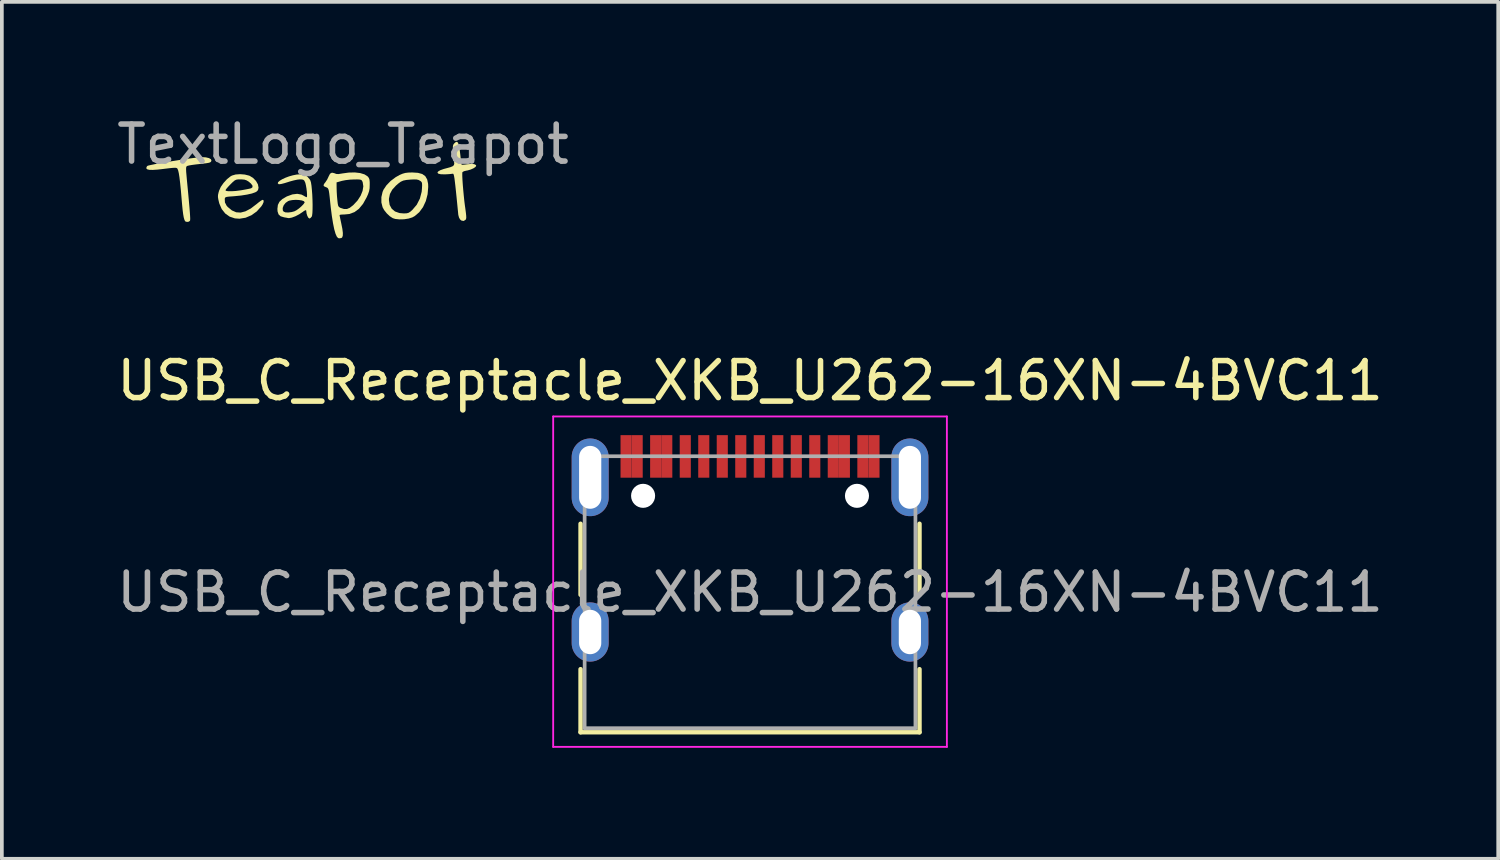
<source format=kicad_pcb>
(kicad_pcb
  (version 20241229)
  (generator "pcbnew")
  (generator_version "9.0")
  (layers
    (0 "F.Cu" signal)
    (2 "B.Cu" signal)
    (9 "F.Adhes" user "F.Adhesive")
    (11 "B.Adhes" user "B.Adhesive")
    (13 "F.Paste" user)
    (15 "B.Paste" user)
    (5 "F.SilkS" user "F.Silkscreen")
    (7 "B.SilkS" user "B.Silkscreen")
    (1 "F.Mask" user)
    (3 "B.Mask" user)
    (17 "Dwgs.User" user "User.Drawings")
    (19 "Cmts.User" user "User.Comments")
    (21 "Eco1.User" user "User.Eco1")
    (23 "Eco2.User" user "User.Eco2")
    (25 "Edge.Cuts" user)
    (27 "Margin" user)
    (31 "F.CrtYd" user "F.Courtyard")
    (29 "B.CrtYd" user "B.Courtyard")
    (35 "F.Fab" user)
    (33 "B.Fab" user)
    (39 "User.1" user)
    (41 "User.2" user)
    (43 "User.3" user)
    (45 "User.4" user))
  (footprint "TextLogo_Teapot"
    (layer "F.Cu")
    (at 6.22 1.348)
    (property "Reference" "TextLogo_Teapot" (at 0 -0.5 0) (unlocked yes) (layer "F.Fab") (effects (font (size 1 1) (thickness 0.15))))
    (attr smd)
    (fp_poly (pts (xy 2.026 0.273) (xy 2.142 0.305) (xy 2.224 0.364) (xy 2.275 0.452) (xy 2.3 0.572) (xy 2.303 0.655) (xy 2.286 0.853) (xy 2.238 1.036) (xy 2.162 1.2) (xy 2.061 1.337) (xy 1.939 1.441) (xy 1.874 1.477) (xy 1.773 1.509) (xy 1.651 1.528) (xy 1.525 1.531) (xy 1.412 1.519) (xy 1.345 1.498) (xy 1.266 1.447) (xy 1.183 1.369) (xy 1.112 1.28) (xy 1.07 1.204) (xy 1.037 1.074) (xy 1.037 1.009) (xy 1.241 1.009) (xy 1.26 1.139) (xy 1.316 1.242) (xy 1.405 1.317) (xy 1.526 1.36) (xy 1.638 1.37) (xy 1.716 1.367) (xy 1.77 1.354) (xy 1.82 1.323) (xy 1.874 1.275) (xy 1.993 1.135) (xy 2.078 0.968) (xy 2.126 0.783) (xy 2.133 0.706) (xy 2.138 0.616) (xy 2.136 0.56) (xy 2.126 0.526) (xy 2.104 0.502) (xy 2.08 0.486) (xy 2.038 0.464) (xy 1.989 0.453) (xy 1.918 0.451) (xy 1.828 0.455) (xy 1.714 0.465) (xy 1.63 0.482) (xy 1.561 0.513) (xy 1.492 0.564) (xy 1.431 0.618) (xy 1.329 0.73) (xy 1.268 0.844) (xy 1.242 0.969) (xy 1.241 1.009) (xy 1.037 1.009) (xy 1.037 0.93) (xy 1.069 0.789) (xy 1.093 0.731) (xy 1.174 0.61) (xy 1.288 0.492) (xy 1.424 0.39) (xy 1.531 0.33) (xy 1.611 0.296) (xy 1.683 0.276) (xy 1.763 0.266) (xy 1.872 0.263) (xy 1.872 0.263)) (stroke (width 0) (type solid)) (fill yes) (layer "F.SilkS"))
    (fp_poly (pts (xy -3.705 -0.145) (xy -3.621 -0.125) (xy -3.569 -0.094) (xy -3.556 -0.054) (xy -3.559 -0.046) (xy -3.571 -0.025) (xy -3.593 -0.009) (xy -3.633 0.003) (xy -3.699 0.014) (xy -3.799 0.026) (xy -3.878 0.035) (xy -3.984 0.047) (xy -4.081 0.06) (xy -4.153 0.072) (xy -4.177 0.078) (xy -4.202 0.084) (xy -4.22 0.092) (xy -4.233 0.107) (xy -4.24 0.135) (xy -4.241 0.181) (xy -4.238 0.251) (xy -4.229 0.352) (xy -4.217 0.488) (xy -4.204 0.622) (xy -4.181 0.862) (xy -4.163 1.059) (xy -4.149 1.218) (xy -4.139 1.342) (xy -4.133 1.435) (xy -4.13 1.501) (xy -4.131 1.543) (xy -4.134 1.565) (xy -4.135 1.566) (xy -4.165 1.592) (xy -4.215 1.6) (xy -4.259 1.587) (xy -4.27 1.576) (xy -4.288 1.536) (xy -4.305 1.475) (xy -4.32 1.389) (xy -4.335 1.271) (xy -4.35 1.117) (xy -4.362 0.979) (xy -4.382 0.741) (xy -4.402 0.547) (xy -4.42 0.395) (xy -4.438 0.281) (xy -4.456 0.205) (xy -4.474 0.162) (xy -4.474 0.161) (xy -4.488 0.147) (xy -4.51 0.138) (xy -4.546 0.136) (xy -4.605 0.139) (xy -4.693 0.148) (xy -4.818 0.163) (xy -4.848 0.167) (xy -5.015 0.186) (xy -5.142 0.194) (xy -5.231 0.192) (xy -5.286 0.18) (xy -5.313 0.157) (xy -5.316 0.14) (xy -5.3 0.1) (xy -5.287 0.086) (xy -5.256 0.075) (xy -5.185 0.059) (xy -5.083 0.038) (xy -4.955 0.014) (xy -4.809 -0.011) (xy -4.652 -0.037) (xy -4.49 -0.063) (xy -4.33 -0.088) (xy -4.179 -0.11) (xy -4.044 -0.128) (xy -3.931 -0.142) (xy -3.848 -0.15) (xy -3.816 -0.151)) (stroke (width 0) (type solid)) (fill yes) (layer "F.SilkS"))
    (fp_poly (pts (xy 3.106 -0.543) (xy 3.129 -0.484) (xy 3.148 -0.386) (xy 3.166 -0.247) (xy 3.171 -0.208) (xy 3.182 -0.106) (xy 3.193 -0.021) (xy 3.201 0.035) (xy 3.206 0.053) (xy 3.232 0.055) (xy 3.29 0.05) (xy 3.35 0.042) (xy 3.463 0.032) (xy 3.545 0.038) (xy 3.591 0.061) (xy 3.599 0.083) (xy 3.579 0.115) (xy 3.525 0.151) (xy 3.45 0.184) (xy 3.367 0.208) (xy 3.332 0.214) (xy 3.27 0.229) (xy 3.231 0.251) (xy 3.226 0.259) (xy 3.223 0.297) (xy 3.224 0.372) (xy 3.229 0.477) (xy 3.238 0.604) (xy 3.25 0.745) (xy 3.264 0.892) (xy 3.279 1.036) (xy 3.296 1.17) (xy 3.304 1.224) (xy 3.32 1.346) (xy 3.329 1.43) (xy 3.331 1.485) (xy 3.325 1.52) (xy 3.314 1.54) (xy 3.262 1.574) (xy 3.203 1.564) (xy 3.164 1.533) (xy 3.135 1.481) (xy 3.116 1.41) (xy 3.115 1.401) (xy 3.09 1.146) (xy 3.069 0.934) (xy 3.051 0.76) (xy 3.036 0.62) (xy 3.023 0.511) (xy 3.013 0.429) (xy 3.003 0.371) (xy 2.994 0.332) (xy 2.986 0.309) (xy 2.976 0.298) (xy 2.966 0.296) (xy 2.956 0.298) (xy 2.909 0.304) (xy 2.834 0.31) (xy 2.753 0.314) (xy 2.643 0.311) (xy 2.577 0.296) (xy 2.552 0.271) (xy 2.568 0.239) (xy 2.625 0.204) (xy 2.721 0.169) (xy 2.796 0.149) (xy 2.899 0.121) (xy 2.965 0.094) (xy 2.998 0.063) (xy 3.007 0.021) (xy 3.003 -0.011) (xy 2.997 -0.06) (xy 2.988 -0.141) (xy 2.979 -0.237) (xy 2.976 -0.27) (xy 2.97 -0.37) (xy 2.969 -0.436) (xy 2.977 -0.478) (xy 2.993 -0.507) (xy 3.001 -0.517) (xy 3.044 -0.556) (xy 3.079 -0.566)) (stroke (width 0) (type solid)) (fill yes) (layer "F.SilkS"))
    (fp_poly (pts (xy -2.655 0.319) (xy -2.542 0.347) (xy -2.519 0.356) (xy -2.427 0.414) (xy -2.351 0.494) (xy -2.3 0.584) (xy -2.283 0.672) (xy -2.284 0.679) (xy -2.297 0.739) (xy -2.332 0.777) (xy -2.371 0.799) (xy -2.464 0.832) (xy -2.594 0.861) (xy -2.753 0.886) (xy -2.933 0.904) (xy -2.981 0.908) (xy -3.079 0.915) (xy -3.141 0.923) (xy -3.175 0.934) (xy -3.19 0.952) (xy -3.196 0.975) (xy -3.191 1.073) (xy -3.145 1.162) (xy -3.114 1.197) (xy -3.002 1.289) (xy -2.887 1.339) (xy -2.766 1.347) (xy -2.636 1.313) (xy -2.494 1.238) (xy -2.338 1.119) (xy -2.338 1.119) (xy -2.269 1.063) (xy -2.211 1.022) (xy -2.175 1.003) (xy -2.171 1.002) (xy -2.145 1.018) (xy -2.146 1.063) (xy -2.174 1.127) (xy -2.207 1.178) (xy -2.331 1.316) (xy -2.475 1.419) (xy -2.632 1.486) (xy -2.797 1.513) (xy -2.921 1.504) (xy -3.063 1.457) (xy -3.183 1.372) (xy -3.278 1.252) (xy -3.342 1.104) (xy -3.348 1.082) (xy -3.37 0.991) (xy -3.38 0.926) (xy -3.378 0.87) (xy -3.363 0.803) (xy -3.348 0.754) (xy -3.344 0.745) (xy -3.176 0.745) (xy -3.155 0.762) (xy -3.096 0.77) (xy -3.008 0.77) (xy -2.898 0.763) (xy -2.774 0.747) (xy -2.719 0.738) (xy -2.625 0.721) (xy -2.544 0.705) (xy -2.491 0.693) (xy -2.483 0.69) (xy -2.446 0.662) (xy -2.447 0.618) (xy -2.487 0.564) (xy -2.537 0.521) (xy -2.602 0.478) (xy -2.663 0.457) (xy -2.741 0.45) (xy -2.77 0.45) (xy -2.839 0.451) (xy -2.887 0.459) (xy -2.929 0.48) (xy -2.978 0.521) (xy -3.042 0.584) (xy -3.104 0.649) (xy -3.151 0.704) (xy -3.175 0.74) (xy -3.176 0.745) (xy -3.344 0.745) (xy -3.303 0.653) (xy -3.228 0.546) (xy -3.138 0.447) (xy -3.044 0.371) (xy -3 0.346) (xy -2.903 0.318) (xy -2.782 0.309)) (stroke (width 0) (type solid)) (fill yes) (layer "F.SilkS"))
    (fp_poly (pts (xy 0.463 0.279) (xy 0.582 0.315) (xy 0.665 0.369) (xy 0.671 0.375) (xy 0.699 0.412) (xy 0.715 0.456) (xy 0.722 0.522) (xy 0.722 0.595) (xy 0.719 0.69) (xy 0.705 0.769) (xy 0.677 0.85) (xy 0.639 0.935) (xy 0.541 1.111) (xy 0.432 1.243) (xy 0.31 1.334) (xy 0.173 1.385) (xy 0.044 1.398) (xy -0.029 1.4) (xy -0.078 1.406) (xy -0.093 1.414) (xy -0.089 1.442) (xy -0.076 1.504) (xy -0.058 1.589) (xy -0.048 1.636) (xy -0.018 1.785) (xy -0.004 1.896) (xy -0.006 1.972) (xy -0.023 2.018) (xy -0.042 2.034) (xy -0.095 2.043) (xy -0.13 2.037) (xy -0.166 2) (xy -0.202 1.92) (xy -0.237 1.798) (xy -0.27 1.636) (xy -0.302 1.436) (xy -0.332 1.201) (xy -0.346 1.071) (xy -0.36 0.93) (xy -0.372 0.828) (xy -0.383 0.759) (xy -0.396 0.714) (xy -0.412 0.687) (xy -0.433 0.671) (xy -0.462 0.66) (xy -0.462 0.66) (xy -0.513 0.636) (xy -0.527 0.607) (xy -0.505 0.563) (xy -0.479 0.531) (xy -0.174 0.531) (xy -0.173 0.68) (xy -0.17 0.782) (xy -0.163 0.902) (xy -0.153 1.01) (xy -0.143 1.1) (xy -0.132 1.157) (xy -0.115 1.189) (xy -0.088 1.21) (xy -0.063 1.222) (xy 0.028 1.251) (xy 0.106 1.251) (xy 0.183 1.218) (xy 0.271 1.15) (xy 0.283 1.139) (xy 0.394 1.019) (xy 0.477 0.89) (xy 0.529 0.76) (xy 0.549 0.637) (xy 0.532 0.527) (xy 0.524 0.508) (xy 0.509 0.48) (xy 0.487 0.463) (xy 0.45 0.454) (xy 0.385 0.451) (xy 0.3 0.452) (xy 0.185 0.457) (xy 0.067 0.471) (xy -0.029 0.49) (xy -0.036 0.492) (xy -0.174 0.531) (xy -0.479 0.531) (xy -0.473 0.523) (xy -0.427 0.453) (xy -0.39 0.374) (xy -0.387 0.367) (xy -0.35 0.296) (xy -0.299 0.268) (xy -0.232 0.283) (xy -0.218 0.29) (xy -0.176 0.304) (xy -0.121 0.306) (xy -0.038 0.293) (xy -0.021 0.29) (xy 0.154 0.266) (xy 0.318 0.262)) (stroke (width 0) (type solid)) (fill yes) (layer "F.SilkS"))
    (fp_poly (pts (xy -1.056 0.326) (xy -0.968 0.37) (xy -0.899 0.451) (xy -0.882 0.481) (xy -0.866 0.533) (xy -0.852 0.62) (xy -0.841 0.733) (xy -0.831 0.862) (xy -0.825 0.998) (xy -0.822 1.132) (xy -0.823 1.255) (xy -0.827 1.357) (xy -0.836 1.429) (xy -0.845 1.456) (xy -0.88 1.495) (xy -0.908 1.508) (xy -0.936 1.488) (xy -0.964 1.438) (xy -0.984 1.374) (xy -0.991 1.321) (xy -0.996 1.287) (xy -1.016 1.283) (xy -1.059 1.307) (xy -1.092 1.332) (xy -1.187 1.395) (xy -1.287 1.447) (xy -1.381 1.482) (xy -1.457 1.497) (xy -1.485 1.495) (xy -1.522 1.487) (xy -1.582 1.477) (xy -1.596 1.474) (xy -1.686 1.447) (xy -1.742 1.396) (xy -1.769 1.315) (xy -1.773 1.245) (xy -1.77 1.223) (xy -1.63 1.223) (xy -1.627 1.287) (xy -1.607 1.319) (xy -1.558 1.341) (xy -1.48 1.345) (xy -1.388 1.333) (xy -1.314 1.313) (xy -1.258 1.284) (xy -1.191 1.236) (xy -1.125 1.179) (xy -1.071 1.124) (xy -1.04 1.079) (xy -1.037 1.066) (xy -1.058 1.039) (xy -1.113 1.019) (xy -1.191 1.007) (xy -1.28 1.003) (xy -1.37 1.009) (xy -1.449 1.024) (xy -1.483 1.037) (xy -1.553 1.086) (xy -1.604 1.152) (xy -1.63 1.223) (xy -1.77 1.223) (xy -1.76 1.14) (xy -1.717 1.054) (xy -1.639 0.981) (xy -1.521 0.912) (xy -1.509 0.907) (xy -1.368 0.856) (xy -1.238 0.84) (xy -1.125 0.86) (xy -1.071 0.887) (xy -1.02 0.917) (xy -0.985 0.932) (xy -0.982 0.933) (xy -0.973 0.912) (xy -0.972 0.859) (xy -0.977 0.783) (xy -0.987 0.699) (xy -1.001 0.617) (xy -1.017 0.549) (xy -1.026 0.525) (xy -1.049 0.479) (xy -1.08 0.457) (xy -1.133 0.45) (xy -1.164 0.45) (xy -1.234 0.457) (xy -1.332 0.478) (xy -1.439 0.507) (xy -1.485 0.522) (xy -1.582 0.552) (xy -1.664 0.573) (xy -1.722 0.581) (xy -1.739 0.579) (xy -1.764 0.556) (xy -1.753 0.524) (xy -1.709 0.486) (xy -1.641 0.445) (xy -1.555 0.405) (xy -1.458 0.369) (xy -1.356 0.34) (xy -1.255 0.32) (xy -1.172 0.313)) (stroke (width 0) (type solid)) (fill yes) (layer "F.SilkS")))
  (footprint "USB_C_Receptacle_XKB_U262-16XN-4BVC11"
    (layer "F.Cu")
    (at 17.22 12.955)
    (property "Reference" "USB_C_Receptacle_XKB_U262-16XN-4BVC11" (at 0 -5.715 0) (layer "F.SilkS") (effects (font (size 1 1) (thickness 0.15))))
    (attr smd)
    (fp_line (start -4.58 -1.85) (end -4.58 0.07) (stroke (width 0.12) (type solid)) (layer "F.SilkS"))
    (fp_line (start -4.58 3.785) (end -4.58 2.08) (stroke (width 0.12) (type solid)) (layer "F.SilkS"))
    (fp_line (start 4.58 0.07) (end 4.58 -1.85) (stroke (width 0.12) (type solid)) (layer "F.SilkS"))
    (fp_line (start 4.58 2.08) (end 4.58 3.785) (stroke (width 0.12) (type solid)) (layer "F.SilkS"))
    (fp_line (start 4.58 3.785) (end -4.58 3.785) (stroke (width 0.12) (type solid)) (layer "F.SilkS"))
    (fp_line (start -5.32 -4.75) (end 5.32 -4.75) (stroke (width 0.05) (type solid)) (layer "F.CrtYd"))
    (fp_line (start -5.32 4.18) (end -5.32 -4.75) (stroke (width 0.05) (type solid)) (layer "F.CrtYd"))
    (fp_line (start 5.32 -4.75) (end 5.32 4.18) (stroke (width 0.05) (type solid)) (layer "F.CrtYd"))
    (fp_line (start 5.32 4.18) (end -5.32 4.18) (stroke (width 0.05) (type solid)) (layer "F.CrtYd"))
    (fp_line (start -4.47 -3.675) (end -4.47 3.675) (stroke (width 0.1) (type solid)) (layer "F.Fab"))
    (fp_line (start -4.47 -3.675) (end 4.47 -3.675) (stroke (width 0.1) (type solid)) (layer "F.Fab"))
    (fp_line (start -4.47 3.675) (end 4.47 3.675) (stroke (width 0.1) (type solid)) (layer "F.Fab"))
    (fp_line (start 4.47 3.675) (end 4.47 -3.675) (stroke (width 0.1) (type solid)) (layer "F.Fab"))
    (fp_text user "${REFERENCE}" (at 0 0 0) (layer "F.Fab") (effects (font (size 1 1) (thickness 0.15))))
    (pad "" np_thru_hole circle (at -2.89 -2.605) (size 0.65 0.65) (drill 0.65) (layers "*.Cu" "*.Mask"))
    (pad "" np_thru_hole circle (at 2.89 -2.605) (size 0.65 0.65) (drill 0.65) (layers "*.Cu" "*.Mask"))
    (pad "A1" smd rect (at -3.35 -3.67) (size 0.3 1.15) (layers "F.Cu" "F.Mask" "F.Paste"))
    (pad "A4" smd rect (at -2.55 -3.67) (size 0.3 1.15) (layers "F.Cu" "F.Mask" "F.Paste"))
    (pad "A5" smd rect (at -1.25 -3.67) (size 0.3 1.15) (layers "F.Cu" "F.Mask" "F.Paste"))
    (pad "A6" smd rect (at -0.25 -3.67) (size 0.3 1.15) (layers "F.Cu" "F.Mask" "F.Paste"))
    (pad "A7" smd rect (at 0.25 -3.67) (size 0.3 1.15) (layers "F.Cu" "F.Mask" "F.Paste"))
    (pad "A8" smd rect (at 1.25 -3.67) (size 0.3 1.15) (layers "F.Cu" "F.Mask" "F.Paste"))
    (pad "A9" smd rect (at 2.55 -3.67) (size 0.3 1.15) (layers "F.Cu" "F.Mask" "F.Paste"))
    (pad "A12" smd rect (at 3.35 -3.67) (size 0.3 1.15) (layers "F.Cu" "F.Mask" "F.Paste"))
    (pad "B1" smd rect (at 3.05 -3.67) (size 0.3 1.15) (layers "F.Cu" "F.Mask" "F.Paste"))
    (pad "B4" smd rect (at 2.25 -3.67) (size 0.3 1.15) (layers "F.Cu" "F.Mask" "F.Paste"))
    (pad "B5" smd rect (at 1.75 -3.67) (size 0.3 1.15) (layers "F.Cu" "F.Mask" "F.Paste"))
    (pad "B6" smd rect (at 0.75 -3.67) (size 0.3 1.15) (layers "F.Cu" "F.Mask" "F.Paste"))
    (pad "B7" smd rect (at -0.75 -3.67) (size 0.3 1.15) (layers "F.Cu" "F.Mask" "F.Paste"))
    (pad "B8" smd rect (at -1.75 -3.67) (size 0.3 1.15) (layers "F.Cu" "F.Mask" "F.Paste"))
    (pad "B9" smd rect (at -2.25 -3.67) (size 0.3 1.15) (layers "F.Cu" "F.Mask" "F.Paste"))
    (pad "B12" smd rect (at -3.05 -3.67) (size 0.3 1.15) (layers "F.Cu" "F.Mask" "F.Paste"))
    (pad "S1" thru_hole oval (at -4.32 -3.105) (size 1 2.1) (drill oval 0.6 1.7) (layers "*.Cu" "*.Mask"))
    (pad "S1" thru_hole oval (at -4.32 1.075) (size 1 1.6) (drill oval 0.6 1.2) (layers "*.Cu" "*.Mask"))
    (pad "S1" thru_hole oval (at 4.32 -3.105) (size 1 2.1) (drill oval 0.6 1.7) (layers "*.Cu" "*.Mask"))
    (pad "S1" thru_hole oval (at 4.32 1.075) (size 1 1.6) (drill oval 0.6 1.2) (layers "*.Cu" "*.Mask")))
  (gr_rect
    (start -3 -3)
    (end 37.44 20.16)
    (stroke (width 0.1) (type default))
    (fill no)
    (layer "Edge.Cuts")))
</source>
